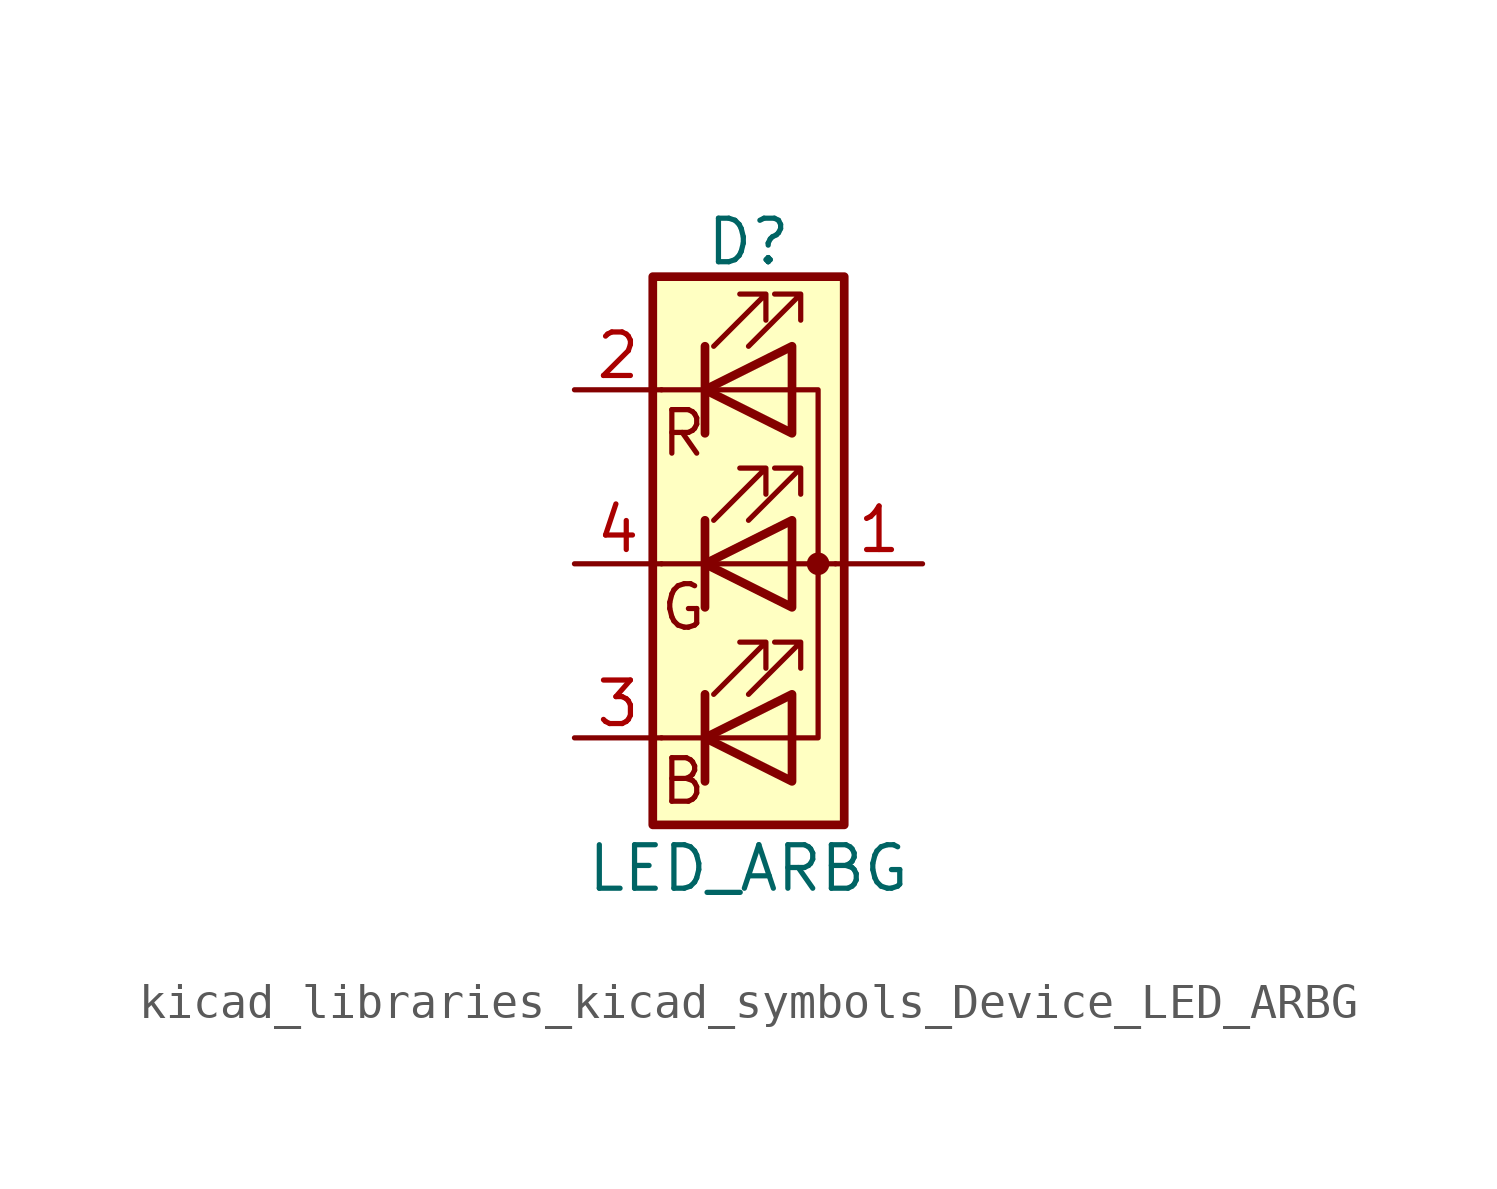
<source format=kicad_sym>
(kicad_symbol_lib
  (version 20220914)
  (generator kicad_symbol_editor)
  (symbol "kicad_libraries_kicad_symbols_Device_LED_ARBG"
    (pin_names
      (offset 0) hide)
    (property "Reference" "D"
      (at 0 9.398 0)
      (effects (font (size 1.27 1.27))))
    (property "Value" "LED_ARBG"
      (at 0 -8.89 0)
      (effects (font (size 1.27 1.27))))
    (symbol "kicad_libraries_kicad_symbols_Device_LED_ARBG_0_0"
      (text "B" (at -1.905 -6.35 0) (effects (font (size 1.27 1.27))))
      (text "G" (at -1.905 -1.27 0) (effects (font (size 1.27 1.27))))
      (text "R" (at -1.905 3.81 0) (effects (font (size 1.27 1.27)))))
    (symbol "kicad_libraries_kicad_symbols_Device_LED_ARBG_0_1"
      (polyline (pts (xy -1.27 -5.08) (xy -2.54 -5.08)) (stroke (width 0) (type default)) (fill (type none)))
      (polyline (pts (xy -1.27 -5.08) (xy 1.27 -5.08)) (stroke (width 0) (type default)) (fill (type none)))
      (polyline (pts (xy -1.27 -3.81) (xy -1.27 -6.35)) (stroke (width 0.254) (type default)) (fill (type none)))
      (polyline (pts (xy -1.27 0) (xy -2.54 0)) (stroke (width 0) (type default)) (fill (type none)))
      (polyline (pts (xy -1.27 1.27) (xy -1.27 -1.27)) (stroke (width 0.254) (type default)) (fill (type none)))
      (polyline (pts (xy -1.27 5.08) (xy -2.54 5.08)) (stroke (width 0) (type default)) (fill (type none)))
      (polyline (pts (xy -1.27 5.08) (xy 1.27 5.08)) (stroke (width 0) (type default)) (fill (type none)))
      (polyline (pts (xy -1.27 6.35) (xy -1.27 3.81)) (stroke (width 0.254) (type default)) (fill (type none)))
      (polyline (pts (xy 1.27 0) (xy -1.27 0)) (stroke (width 0) (type default)) (fill (type none)))
      (polyline (pts (xy 1.27 0) (xy 2.54 0)) (stroke (width 0) (type default)) (fill (type none)))
      (polyline (pts (xy -1.27 1.27) (xy -1.27 -1.27) (xy -1.27 -1.27)) (stroke (width 0) (type default)) (fill (type none)))
      (polyline (pts (xy -1.27 6.35) (xy -1.27 3.81) (xy -1.27 3.81)) (stroke (width 0) (type default)) (fill (type none)))
      (polyline (pts (xy 1.27 -5.08) (xy 2.032 -5.08) (xy 2.032 5.08) (xy 1.27 5.08)) (stroke (width 0) (type default)) (fill (type none)))
      (polyline (pts (xy 1.27 -3.81) (xy 1.27 -6.35) (xy -1.27 -5.08) (xy 1.27 -3.81)) (stroke (width 0.254) (type default)) (fill (type none)))
      (polyline (pts (xy 1.27 1.27) (xy 1.27 -1.27) (xy -1.27 0) (xy 1.27 1.27)) (stroke (width 0.254) (type default)) (fill (type none)))
      (polyline (pts (xy 1.27 6.35) (xy 1.27 3.81) (xy -1.27 5.08) (xy 1.27 6.35)) (stroke (width 0.254) (type default)) (fill (type none)))
      (polyline (pts (xy -1.016 -3.81) (xy 0.508 -2.286) (xy -0.254 -2.286) (xy 0.508 -2.286) (xy 0.508 -3.048)) (stroke (width 0) (type default)) (fill (type none)))
      (polyline (pts (xy -1.016 1.27) (xy 0.508 2.794) (xy -0.254 2.794) (xy 0.508 2.794) (xy 0.508 2.032)) (stroke (width 0) (type default)) (fill (type none)))
      (polyline (pts (xy -1.016 6.35) (xy 0.508 7.874) (xy -0.254 7.874) (xy 0.508 7.874) (xy 0.508 7.112)) (stroke (width 0) (type default)) (fill (type none)))
      (polyline (pts (xy 0 -3.81) (xy 1.524 -2.286) (xy 0.762 -2.286) (xy 1.524 -2.286) (xy 1.524 -3.048)) (stroke (width 0) (type default)) (fill (type none)))
      (polyline (pts (xy 0 1.27) (xy 1.524 2.794) (xy 0.762 2.794) (xy 1.524 2.794) (xy 1.524 2.032)) (stroke (width 0) (type default)) (fill (type none)))
      (polyline (pts (xy 0 6.35) (xy 1.524 7.874) (xy 0.762 7.874) (xy 1.524 7.874) (xy 1.524 7.112)) (stroke (width 0) (type default)) (fill (type none)))
      (rectangle (start 1.27 -1.27) (end 1.27 1.27) (stroke (width 0) (type default)) (fill (type none)))
      (rectangle (start 1.27 1.27) (end 1.27 1.27) (stroke (width 0) (type default)) (fill (type none)))
      (rectangle (start 1.27 3.81) (end 1.27 6.35) (stroke (width 0) (type default)) (fill (type none)))
      (rectangle (start 1.27 6.35) (end 1.27 6.35) (stroke (width 0) (type default)) (fill (type none)))
      (circle (center 2.032 0) (radius 0.254) (stroke (width 0) (type default)) (fill (type outline)))
      (rectangle (start 2.794 8.382) (end -2.794 -7.62) (stroke (width 0.254) (type default)) (fill (type background))))
    (symbol "kicad_libraries_kicad_symbols_Device_LED_ARBG_1_1"
      (pin passive line (at 5.08 0 180) (length 2.54) (name "A" (effects (font (size 1.27 1.27)))) (number "1" (effects (font (size 1.27 1.27)))))
      (pin passive line (at -5.08 5.08 0) (length 2.54) (name "RK" (effects (font (size 1.27 1.27)))) (number "2" (effects (font (size 1.27 1.27)))))
      (pin passive line (at -5.08 -5.08 0) (length 2.54) (name "BK" (effects (font (size 1.27 1.27)))) (number "3" (effects (font (size 1.27 1.27)))))
      (pin passive line (at -5.08 0 0) (length 2.54) (name "GK" (effects (font (size 1.27 1.27)))) (number "4" (effects (font (size 1.27 1.27))))))))
</source>
